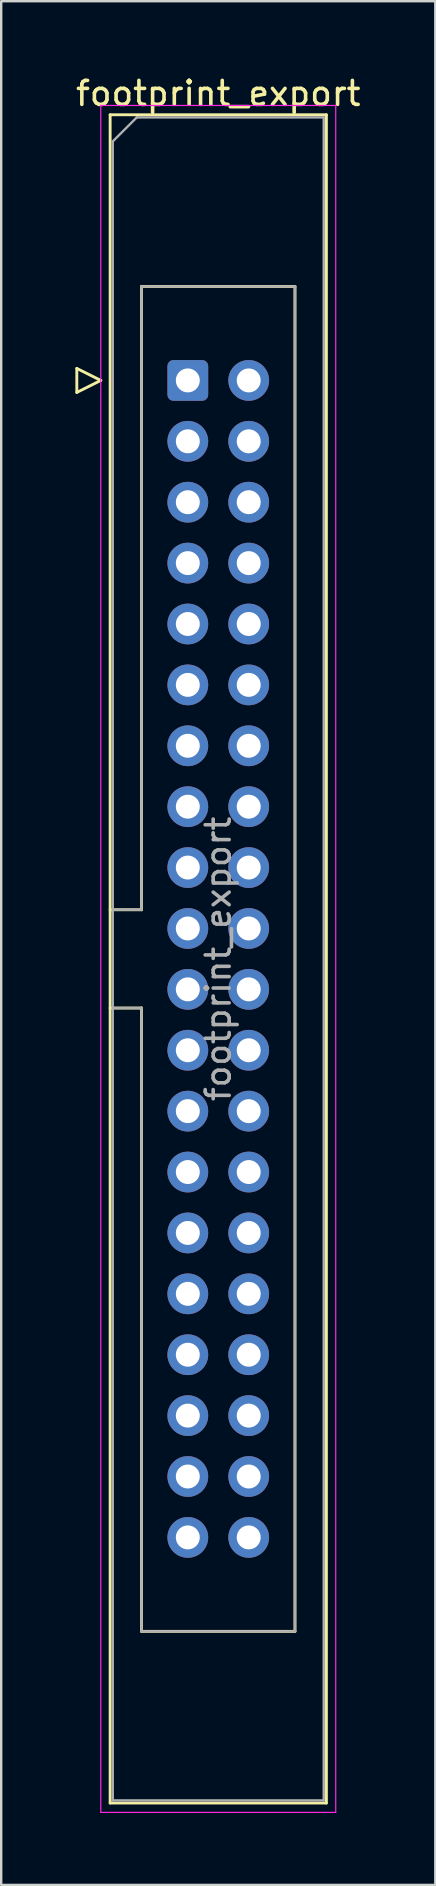
<source format=kicad_pcb>
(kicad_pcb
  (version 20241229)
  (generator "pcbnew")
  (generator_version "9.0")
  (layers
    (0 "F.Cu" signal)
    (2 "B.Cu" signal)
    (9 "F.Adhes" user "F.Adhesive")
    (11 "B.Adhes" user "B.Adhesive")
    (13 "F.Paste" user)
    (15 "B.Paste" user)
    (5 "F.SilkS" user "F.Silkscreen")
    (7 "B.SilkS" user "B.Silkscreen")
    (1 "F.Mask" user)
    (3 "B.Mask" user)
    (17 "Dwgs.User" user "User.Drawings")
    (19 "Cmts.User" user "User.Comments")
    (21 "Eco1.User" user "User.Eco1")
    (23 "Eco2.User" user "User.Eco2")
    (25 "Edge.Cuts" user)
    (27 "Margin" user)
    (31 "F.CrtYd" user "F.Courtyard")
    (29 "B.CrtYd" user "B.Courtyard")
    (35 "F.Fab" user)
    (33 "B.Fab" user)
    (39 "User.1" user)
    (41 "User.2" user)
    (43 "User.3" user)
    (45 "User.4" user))
  (footprint "footprint_export"
    (layer "F.Cu")
    (at 4.784 12.818)
    (property "Reference" "footprint_export" (at 1.27 -11.97 0) (layer "F.SilkS") (effects (font (size 1 1) (thickness 0.15))))
    (attr through_hole)
    (fp_line (start -4.63 -0.5) (end -4.63 0.5) (stroke (width 0.12) (type solid)) (layer "F.SilkS"))
    (fp_line (start -4.63 0.5) (end -3.63 0) (stroke (width 0.12) (type solid)) (layer "F.SilkS"))
    (fp_line (start -3.63 0) (end -4.63 -0.5) (stroke (width 0.12) (type solid)) (layer "F.SilkS"))
    (fp_line (start -3.24 -11.08) (end 5.78 -11.08) (stroke (width 0.12) (type solid)) (layer "F.SilkS"))
    (fp_line (start -3.24 22.08) (end -1.93 22.08) (stroke (width 0.12) (type solid)) (layer "F.SilkS"))
    (fp_line (start -3.24 59.34) (end -3.24 -11.08) (stroke (width 0.12) (type solid)) (layer "F.SilkS"))
    (fp_line (start -1.93 -3.92) (end 4.47 -3.92) (stroke (width 0.12) (type solid)) (layer "F.SilkS"))
    (fp_line (start -1.93 22.08) (end -1.93 -3.92) (stroke (width 0.12) (type solid)) (layer "F.SilkS"))
    (fp_line (start -1.93 26.18) (end -3.24 26.18) (stroke (width 0.12) (type solid)) (layer "F.SilkS"))
    (fp_line (start -1.93 26.18) (end -1.93 26.18) (stroke (width 0.12) (type solid)) (layer "F.SilkS"))
    (fp_line (start -1.93 52.18) (end -1.93 26.18) (stroke (width 0.12) (type solid)) (layer "F.SilkS"))
    (fp_line (start 4.47 -3.92) (end 4.47 52.18) (stroke (width 0.12) (type solid)) (layer "F.SilkS"))
    (fp_line (start 4.47 52.18) (end -1.93 52.18) (stroke (width 0.12) (type solid)) (layer "F.SilkS"))
    (fp_line (start 5.78 -11.08) (end 5.78 59.34) (stroke (width 0.12) (type solid)) (layer "F.SilkS"))
    (fp_line (start 5.78 59.34) (end -3.24 59.34) (stroke (width 0.12) (type solid)) (layer "F.SilkS"))
    (fp_line (start -3.63 -11.47) (end -3.63 59.73) (stroke (width 0.05) (type solid)) (layer "F.CrtYd"))
    (fp_line (start -3.63 59.73) (end 6.17 59.73) (stroke (width 0.05) (type solid)) (layer "F.CrtYd"))
    (fp_line (start 6.17 -11.47) (end -3.63 -11.47) (stroke (width 0.05) (type solid)) (layer "F.CrtYd"))
    (fp_line (start 6.17 59.73) (end 6.17 -11.47) (stroke (width 0.05) (type solid)) (layer "F.CrtYd"))
    (fp_line (start -3.13 -9.97) (end -2.13 -10.97) (stroke (width 0.1) (type solid)) (layer "F.Fab"))
    (fp_line (start -3.13 22.08) (end -1.93 22.08) (stroke (width 0.1) (type solid)) (layer "F.Fab"))
    (fp_line (start -3.13 59.23) (end -3.13 -9.97) (stroke (width 0.1) (type solid)) (layer "F.Fab"))
    (fp_line (start -2.13 -10.97) (end 5.67 -10.97) (stroke (width 0.1) (type solid)) (layer "F.Fab"))
    (fp_line (start -1.93 -3.92) (end 4.47 -3.92) (stroke (width 0.1) (type solid)) (layer "F.Fab"))
    (fp_line (start -1.93 22.08) (end -1.93 -3.92) (stroke (width 0.1) (type solid)) (layer "F.Fab"))
    (fp_line (start -1.93 26.18) (end -3.13 26.18) (stroke (width 0.1) (type solid)) (layer "F.Fab"))
    (fp_line (start -1.93 26.18) (end -1.93 26.18) (stroke (width 0.1) (type solid)) (layer "F.Fab"))
    (fp_line (start -1.93 52.18) (end -1.93 26.18) (stroke (width 0.1) (type solid)) (layer "F.Fab"))
    (fp_line (start 4.47 -3.92) (end 4.47 52.18) (stroke (width 0.1) (type solid)) (layer "F.Fab"))
    (fp_line (start 4.47 52.18) (end -1.93 52.18) (stroke (width 0.1) (type solid)) (layer "F.Fab"))
    (fp_line (start 5.67 -10.97) (end 5.67 59.23) (stroke (width 0.1) (type solid)) (layer "F.Fab"))
    (fp_line (start 5.67 59.23) (end -3.13 59.23) (stroke (width 0.1) (type solid)) (layer "F.Fab"))
    (fp_text user "${REFERENCE}" (at 1.27 24.13 90) (layer "F.Fab") (effects (font (size 1 1) (thickness 0.15))))
    (pad "1" thru_hole roundrect (at 0 0) (size 1.7 1.7) (drill 1) (layers "*.Cu" "*.Mask") (roundrect_rratio 0.147))
    (pad "2" thru_hole circle (at 2.54 0) (size 1.7 1.7) (drill 1) (layers "*.Cu" "*.Mask"))
    (pad "3" thru_hole circle (at 0 2.54) (size 1.7 1.7) (drill 1) (layers "*.Cu" "*.Mask"))
    (pad "4" thru_hole circle (at 2.54 2.54) (size 1.7 1.7) (drill 1) (layers "*.Cu" "*.Mask"))
    (pad "5" thru_hole circle (at 0 5.08) (size 1.7 1.7) (drill 1) (layers "*.Cu" "*.Mask"))
    (pad "6" thru_hole circle (at 2.54 5.08) (size 1.7 1.7) (drill 1) (layers "*.Cu" "*.Mask"))
    (pad "7" thru_hole circle (at 0 7.62) (size 1.7 1.7) (drill 1) (layers "*.Cu" "*.Mask"))
    (pad "8" thru_hole circle (at 2.54 7.62) (size 1.7 1.7) (drill 1) (layers "*.Cu" "*.Mask"))
    (pad "9" thru_hole circle (at 0 10.16) (size 1.7 1.7) (drill 1) (layers "*.Cu" "*.Mask"))
    (pad "10" thru_hole circle (at 2.54 10.16) (size 1.7 1.7) (drill 1) (layers "*.Cu" "*.Mask"))
    (pad "11" thru_hole circle (at 0 12.7) (size 1.7 1.7) (drill 1) (layers "*.Cu" "*.Mask"))
    (pad "12" thru_hole circle (at 2.54 12.7) (size 1.7 1.7) (drill 1) (layers "*.Cu" "*.Mask"))
    (pad "13" thru_hole circle (at 0 15.24) (size 1.7 1.7) (drill 1) (layers "*.Cu" "*.Mask"))
    (pad "14" thru_hole circle (at 2.54 15.24) (size 1.7 1.7) (drill 1) (layers "*.Cu" "*.Mask"))
    (pad "15" thru_hole circle (at 0 17.78) (size 1.7 1.7) (drill 1) (layers "*.Cu" "*.Mask"))
    (pad "16" thru_hole circle (at 2.54 17.78) (size 1.7 1.7) (drill 1) (layers "*.Cu" "*.Mask"))
    (pad "17" thru_hole circle (at 0 20.32) (size 1.7 1.7) (drill 1) (layers "*.Cu" "*.Mask"))
    (pad "18" thru_hole circle (at 2.54 20.32) (size 1.7 1.7) (drill 1) (layers "*.Cu" "*.Mask"))
    (pad "19" thru_hole circle (at 0 22.86) (size 1.7 1.7) (drill 1) (layers "*.Cu" "*.Mask"))
    (pad "20" thru_hole circle (at 2.54 22.86) (size 1.7 1.7) (drill 1) (layers "*.Cu" "*.Mask"))
    (pad "21" thru_hole circle (at 0 25.4) (size 1.7 1.7) (drill 1) (layers "*.Cu" "*.Mask"))
    (pad "22" thru_hole circle (at 2.54 25.4) (size 1.7 1.7) (drill 1) (layers "*.Cu" "*.Mask"))
    (pad "23" thru_hole circle (at 0 27.94) (size 1.7 1.7) (drill 1) (layers "*.Cu" "*.Mask"))
    (pad "24" thru_hole circle (at 2.54 27.94) (size 1.7 1.7) (drill 1) (layers "*.Cu" "*.Mask"))
    (pad "25" thru_hole circle (at 0 30.48) (size 1.7 1.7) (drill 1) (layers "*.Cu" "*.Mask"))
    (pad "26" thru_hole circle (at 2.54 30.48) (size 1.7 1.7) (drill 1) (layers "*.Cu" "*.Mask"))
    (pad "27" thru_hole circle (at 0 33.02) (size 1.7 1.7) (drill 1) (layers "*.Cu" "*.Mask"))
    (pad "28" thru_hole circle (at 2.54 33.02) (size 1.7 1.7) (drill 1) (layers "*.Cu" "*.Mask"))
    (pad "29" thru_hole circle (at 0 35.56) (size 1.7 1.7) (drill 1) (layers "*.Cu" "*.Mask"))
    (pad "30" thru_hole circle (at 2.54 35.56) (size 1.7 1.7) (drill 1) (layers "*.Cu" "*.Mask"))
    (pad "31" thru_hole circle (at 0 38.1) (size 1.7 1.7) (drill 1) (layers "*.Cu" "*.Mask"))
    (pad "32" thru_hole circle (at 2.54 38.1) (size 1.7 1.7) (drill 1) (layers "*.Cu" "*.Mask"))
    (pad "33" thru_hole circle (at 0 40.64) (size 1.7 1.7) (drill 1) (layers "*.Cu" "*.Mask"))
    (pad "34" thru_hole circle (at 2.54 40.64) (size 1.7 1.7) (drill 1) (layers "*.Cu" "*.Mask"))
    (pad "35" thru_hole circle (at 0 43.18) (size 1.7 1.7) (drill 1) (layers "*.Cu" "*.Mask"))
    (pad "36" thru_hole circle (at 2.54 43.18) (size 1.7 1.7) (drill 1) (layers "*.Cu" "*.Mask"))
    (pad "37" thru_hole circle (at 0 45.72) (size 1.7 1.7) (drill 1) (layers "*.Cu" "*.Mask"))
    (pad "38" thru_hole circle (at 2.54 45.72) (size 1.7 1.7) (drill 1) (layers "*.Cu" "*.Mask"))
    (pad "39" thru_hole circle (at 0 48.26) (size 1.7 1.7) (drill 1) (layers "*.Cu" "*.Mask"))
    (pad "40" thru_hole circle (at 2.54 48.26) (size 1.7 1.7) (drill 1) (layers "*.Cu" "*.Mask")))
  (gr_rect
    (start -3 -3)
    (end 15.107 75.573)
    (stroke (width 0.1) (type default))
    (fill no)
    (layer "Edge.Cuts")))
</source>
